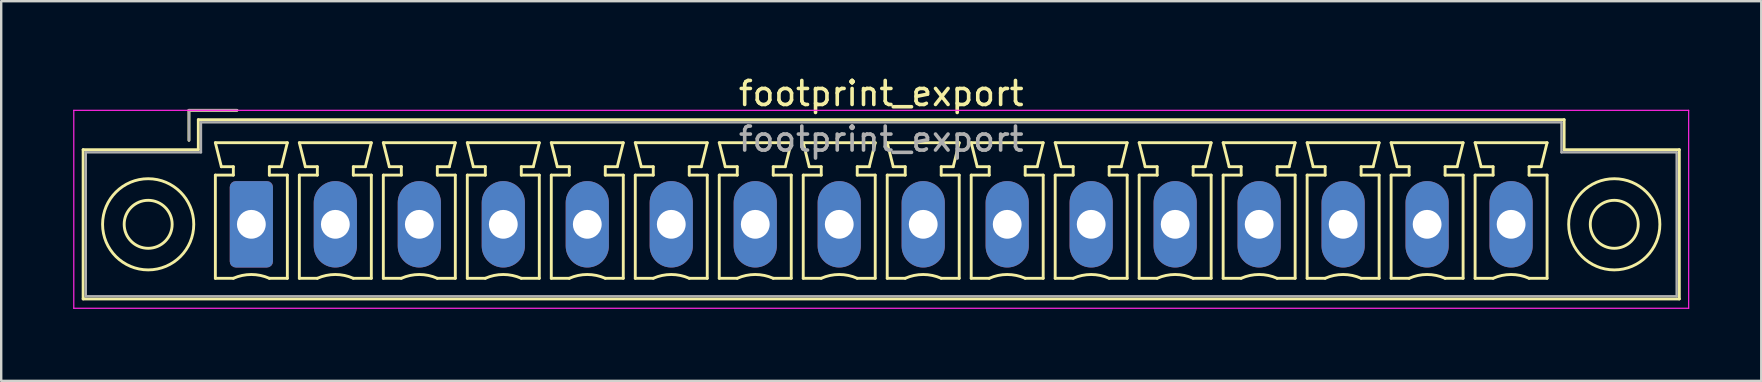
<source format=kicad_pcb>
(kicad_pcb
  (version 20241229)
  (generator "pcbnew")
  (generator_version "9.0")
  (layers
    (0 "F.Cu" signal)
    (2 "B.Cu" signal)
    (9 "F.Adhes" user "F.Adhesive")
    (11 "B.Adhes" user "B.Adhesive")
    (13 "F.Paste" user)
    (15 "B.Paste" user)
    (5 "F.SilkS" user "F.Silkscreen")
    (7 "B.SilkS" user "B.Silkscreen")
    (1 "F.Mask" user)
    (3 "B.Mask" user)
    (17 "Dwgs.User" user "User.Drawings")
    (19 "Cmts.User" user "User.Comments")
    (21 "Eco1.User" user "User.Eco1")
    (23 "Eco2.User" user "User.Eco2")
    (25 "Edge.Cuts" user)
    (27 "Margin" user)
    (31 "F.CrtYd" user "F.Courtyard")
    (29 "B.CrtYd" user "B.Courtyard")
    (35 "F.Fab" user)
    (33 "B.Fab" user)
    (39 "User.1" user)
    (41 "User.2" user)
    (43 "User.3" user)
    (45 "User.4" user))
  (footprint "footprint_export"
    (layer "F.Cu")
    (at 7.425 6.298)
    (property "Reference" "footprint_export" (at 26.25 -5.45 0) (layer "F.SilkS") (effects (font (size 1 1) (thickness 0.15))))
    (attr through_hole)
    (fp_line (start -7.01 -3.11) (end -7.01 3.11) (stroke (width 0.12) (type solid)) (layer "F.SilkS"))
    (fp_line (start -7.01 3.11) (end 59.51 3.11) (stroke (width 0.12) (type solid)) (layer "F.SilkS"))
    (fp_line (start -2.6 -4.75) (end -0.6 -4.75) (stroke (width 0.12) (type solid)) (layer "F.SilkS"))
    (fp_line (start -2.6 -3.5) (end -2.6 -4.75) (stroke (width 0.12) (type solid)) (layer "F.SilkS"))
    (fp_line (start -2.21 -4.36) (end -2.21 -3.11) (stroke (width 0.12) (type solid)) (layer "F.SilkS"))
    (fp_line (start -2.21 -3.11) (end -7.01 -3.11) (stroke (width 0.12) (type solid)) (layer "F.SilkS"))
    (fp_line (start -1.5 -3.4) (end 1.5 -3.4) (stroke (width 0.12) (type solid)) (layer "F.SilkS"))
    (fp_line (start -1.5 -2.05) (end -0.75 -2.05) (stroke (width 0.12) (type solid)) (layer "F.SilkS"))
    (fp_line (start -1.5 2.25) (end -1.5 -2.05) (stroke (width 0.12) (type solid)) (layer "F.SilkS"))
    (fp_line (start -1.25 -2.4) (end -1.5 -3.4) (stroke (width 0.12) (type solid)) (layer "F.SilkS"))
    (fp_line (start -0.75 -2.4) (end -1.25 -2.4) (stroke (width 0.12) (type solid)) (layer "F.SilkS"))
    (fp_line (start -0.75 -2.05) (end -0.75 -2.4) (stroke (width 0.12) (type solid)) (layer "F.SilkS"))
    (fp_line (start -0.75 2.25) (end -1.5 2.25) (stroke (width 0.12) (type solid)) (layer "F.SilkS"))
    (fp_line (start 0.75 -2.4) (end 0.75 -2.05) (stroke (width 0.12) (type solid)) (layer "F.SilkS"))
    (fp_line (start 0.75 -2.05) (end 1.5 -2.05) (stroke (width 0.12) (type solid)) (layer "F.SilkS"))
    (fp_line (start 1.25 -2.4) (end 0.75 -2.4) (stroke (width 0.12) (type solid)) (layer "F.SilkS"))
    (fp_line (start 1.5 -3.4) (end 1.25 -2.4) (stroke (width 0.12) (type solid)) (layer "F.SilkS"))
    (fp_line (start 1.5 -2.05) (end 1.5 2.25) (stroke (width 0.12) (type solid)) (layer "F.SilkS"))
    (fp_line (start 1.5 2.25) (end 0.75 2.25) (stroke (width 0.12) (type solid)) (layer "F.SilkS"))
    (fp_line (start 2 -3.4) (end 5 -3.4) (stroke (width 0.12) (type solid)) (layer "F.SilkS"))
    (fp_line (start 2 -2.05) (end 2.75 -2.05) (stroke (width 0.12) (type solid)) (layer "F.SilkS"))
    (fp_line (start 2 2.25) (end 2 -2.05) (stroke (width 0.12) (type solid)) (layer "F.SilkS"))
    (fp_line (start 2.25 -2.4) (end 2 -3.4) (stroke (width 0.12) (type solid)) (layer "F.SilkS"))
    (fp_line (start 2.75 -2.4) (end 2.25 -2.4) (stroke (width 0.12) (type solid)) (layer "F.SilkS"))
    (fp_line (start 2.75 -2.05) (end 2.75 -2.4) (stroke (width 0.12) (type solid)) (layer "F.SilkS"))
    (fp_line (start 2.75 2.25) (end 2 2.25) (stroke (width 0.12) (type solid)) (layer "F.SilkS"))
    (fp_line (start 4.25 -2.4) (end 4.25 -2.05) (stroke (width 0.12) (type solid)) (layer "F.SilkS"))
    (fp_line (start 4.25 -2.05) (end 5 -2.05) (stroke (width 0.12) (type solid)) (layer "F.SilkS"))
    (fp_line (start 4.75 -2.4) (end 4.25 -2.4) (stroke (width 0.12) (type solid)) (layer "F.SilkS"))
    (fp_line (start 5 -3.4) (end 4.75 -2.4) (stroke (width 0.12) (type solid)) (layer "F.SilkS"))
    (fp_line (start 5 -2.05) (end 5 2.25) (stroke (width 0.12) (type solid)) (layer "F.SilkS"))
    (fp_line (start 5 2.25) (end 4.25 2.25) (stroke (width 0.12) (type solid)) (layer "F.SilkS"))
    (fp_line (start 5.5 -3.4) (end 8.5 -3.4) (stroke (width 0.12) (type solid)) (layer "F.SilkS"))
    (fp_line (start 5.5 -2.05) (end 6.25 -2.05) (stroke (width 0.12) (type solid)) (layer "F.SilkS"))
    (fp_line (start 5.5 2.25) (end 5.5 -2.05) (stroke (width 0.12) (type solid)) (layer "F.SilkS"))
    (fp_line (start 5.75 -2.4) (end 5.5 -3.4) (stroke (width 0.12) (type solid)) (layer "F.SilkS"))
    (fp_line (start 6.25 -2.4) (end 5.75 -2.4) (stroke (width 0.12) (type solid)) (layer "F.SilkS"))
    (fp_line (start 6.25 -2.05) (end 6.25 -2.4) (stroke (width 0.12) (type solid)) (layer "F.SilkS"))
    (fp_line (start 6.25 2.25) (end 5.5 2.25) (stroke (width 0.12) (type solid)) (layer "F.SilkS"))
    (fp_line (start 7.75 -2.4) (end 7.75 -2.05) (stroke (width 0.12) (type solid)) (layer "F.SilkS"))
    (fp_line (start 7.75 -2.05) (end 8.5 -2.05) (stroke (width 0.12) (type solid)) (layer "F.SilkS"))
    (fp_line (start 8.25 -2.4) (end 7.75 -2.4) (stroke (width 0.12) (type solid)) (layer "F.SilkS"))
    (fp_line (start 8.5 -3.4) (end 8.25 -2.4) (stroke (width 0.12) (type solid)) (layer "F.SilkS"))
    (fp_line (start 8.5 -2.05) (end 8.5 2.25) (stroke (width 0.12) (type solid)) (layer "F.SilkS"))
    (fp_line (start 8.5 2.25) (end 7.75 2.25) (stroke (width 0.12) (type solid)) (layer "F.SilkS"))
    (fp_line (start 9 -3.4) (end 12 -3.4) (stroke (width 0.12) (type solid)) (layer "F.SilkS"))
    (fp_line (start 9 -2.05) (end 9.75 -2.05) (stroke (width 0.12) (type solid)) (layer "F.SilkS"))
    (fp_line (start 9 2.25) (end 9 -2.05) (stroke (width 0.12) (type solid)) (layer "F.SilkS"))
    (fp_line (start 9.25 -2.4) (end 9 -3.4) (stroke (width 0.12) (type solid)) (layer "F.SilkS"))
    (fp_line (start 9.75 -2.4) (end 9.25 -2.4) (stroke (width 0.12) (type solid)) (layer "F.SilkS"))
    (fp_line (start 9.75 -2.05) (end 9.75 -2.4) (stroke (width 0.12) (type solid)) (layer "F.SilkS"))
    (fp_line (start 9.75 2.25) (end 9 2.25) (stroke (width 0.12) (type solid)) (layer "F.SilkS"))
    (fp_line (start 11.25 -2.4) (end 11.25 -2.05) (stroke (width 0.12) (type solid)) (layer "F.SilkS"))
    (fp_line (start 11.25 -2.05) (end 12 -2.05) (stroke (width 0.12) (type solid)) (layer "F.SilkS"))
    (fp_line (start 11.75 -2.4) (end 11.25 -2.4) (stroke (width 0.12) (type solid)) (layer "F.SilkS"))
    (fp_line (start 12 -3.4) (end 11.75 -2.4) (stroke (width 0.12) (type solid)) (layer "F.SilkS"))
    (fp_line (start 12 -2.05) (end 12 2.25) (stroke (width 0.12) (type solid)) (layer "F.SilkS"))
    (fp_line (start 12 2.25) (end 11.25 2.25) (stroke (width 0.12) (type solid)) (layer "F.SilkS"))
    (fp_line (start 12.5 -3.4) (end 15.5 -3.4) (stroke (width 0.12) (type solid)) (layer "F.SilkS"))
    (fp_line (start 12.5 -2.05) (end 13.25 -2.05) (stroke (width 0.12) (type solid)) (layer "F.SilkS"))
    (fp_line (start 12.5 2.25) (end 12.5 -2.05) (stroke (width 0.12) (type solid)) (layer "F.SilkS"))
    (fp_line (start 12.75 -2.4) (end 12.5 -3.4) (stroke (width 0.12) (type solid)) (layer "F.SilkS"))
    (fp_line (start 13.25 -2.4) (end 12.75 -2.4) (stroke (width 0.12) (type solid)) (layer "F.SilkS"))
    (fp_line (start 13.25 -2.05) (end 13.25 -2.4) (stroke (width 0.12) (type solid)) (layer "F.SilkS"))
    (fp_line (start 13.25 2.25) (end 12.5 2.25) (stroke (width 0.12) (type solid)) (layer "F.SilkS"))
    (fp_line (start 14.75 -2.4) (end 14.75 -2.05) (stroke (width 0.12) (type solid)) (layer "F.SilkS"))
    (fp_line (start 14.75 -2.05) (end 15.5 -2.05) (stroke (width 0.12) (type solid)) (layer "F.SilkS"))
    (fp_line (start 15.25 -2.4) (end 14.75 -2.4) (stroke (width 0.12) (type solid)) (layer "F.SilkS"))
    (fp_line (start 15.5 -3.4) (end 15.25 -2.4) (stroke (width 0.12) (type solid)) (layer "F.SilkS"))
    (fp_line (start 15.5 -2.05) (end 15.5 2.25) (stroke (width 0.12) (type solid)) (layer "F.SilkS"))
    (fp_line (start 15.5 2.25) (end 14.75 2.25) (stroke (width 0.12) (type solid)) (layer "F.SilkS"))
    (fp_line (start 16 -3.4) (end 19 -3.4) (stroke (width 0.12) (type solid)) (layer "F.SilkS"))
    (fp_line (start 16 -2.05) (end 16.75 -2.05) (stroke (width 0.12) (type solid)) (layer "F.SilkS"))
    (fp_line (start 16 2.25) (end 16 -2.05) (stroke (width 0.12) (type solid)) (layer "F.SilkS"))
    (fp_line (start 16.25 -2.4) (end 16 -3.4) (stroke (width 0.12) (type solid)) (layer "F.SilkS"))
    (fp_line (start 16.75 -2.4) (end 16.25 -2.4) (stroke (width 0.12) (type solid)) (layer "F.SilkS"))
    (fp_line (start 16.75 -2.05) (end 16.75 -2.4) (stroke (width 0.12) (type solid)) (layer "F.SilkS"))
    (fp_line (start 16.75 2.25) (end 16 2.25) (stroke (width 0.12) (type solid)) (layer "F.SilkS"))
    (fp_line (start 18.25 -2.4) (end 18.25 -2.05) (stroke (width 0.12) (type solid)) (layer "F.SilkS"))
    (fp_line (start 18.25 -2.05) (end 19 -2.05) (stroke (width 0.12) (type solid)) (layer "F.SilkS"))
    (fp_line (start 18.75 -2.4) (end 18.25 -2.4) (stroke (width 0.12) (type solid)) (layer "F.SilkS"))
    (fp_line (start 19 -3.4) (end 18.75 -2.4) (stroke (width 0.12) (type solid)) (layer "F.SilkS"))
    (fp_line (start 19 -2.05) (end 19 2.25) (stroke (width 0.12) (type solid)) (layer "F.SilkS"))
    (fp_line (start 19 2.25) (end 18.25 2.25) (stroke (width 0.12) (type solid)) (layer "F.SilkS"))
    (fp_line (start 19.5 -3.4) (end 22.5 -3.4) (stroke (width 0.12) (type solid)) (layer "F.SilkS"))
    (fp_line (start 19.5 -2.05) (end 20.25 -2.05) (stroke (width 0.12) (type solid)) (layer "F.SilkS"))
    (fp_line (start 19.5 2.25) (end 19.5 -2.05) (stroke (width 0.12) (type solid)) (layer "F.SilkS"))
    (fp_line (start 19.75 -2.4) (end 19.5 -3.4) (stroke (width 0.12) (type solid)) (layer "F.SilkS"))
    (fp_line (start 20.25 -2.4) (end 19.75 -2.4) (stroke (width 0.12) (type solid)) (layer "F.SilkS"))
    (fp_line (start 20.25 -2.05) (end 20.25 -2.4) (stroke (width 0.12) (type solid)) (layer "F.SilkS"))
    (fp_line (start 20.25 2.25) (end 19.5 2.25) (stroke (width 0.12) (type solid)) (layer "F.SilkS"))
    (fp_line (start 21.75 -2.4) (end 21.75 -2.05) (stroke (width 0.12) (type solid)) (layer "F.SilkS"))
    (fp_line (start 21.75 -2.05) (end 22.5 -2.05) (stroke (width 0.12) (type solid)) (layer "F.SilkS"))
    (fp_line (start 22.25 -2.4) (end 21.75 -2.4) (stroke (width 0.12) (type solid)) (layer "F.SilkS"))
    (fp_line (start 22.5 -3.4) (end 22.25 -2.4) (stroke (width 0.12) (type solid)) (layer "F.SilkS"))
    (fp_line (start 22.5 -2.05) (end 22.5 2.25) (stroke (width 0.12) (type solid)) (layer "F.SilkS"))
    (fp_line (start 22.5 2.25) (end 21.75 2.25) (stroke (width 0.12) (type solid)) (layer "F.SilkS"))
    (fp_line (start 23 -3.4) (end 26 -3.4) (stroke (width 0.12) (type solid)) (layer "F.SilkS"))
    (fp_line (start 23 -2.05) (end 23.75 -2.05) (stroke (width 0.12) (type solid)) (layer "F.SilkS"))
    (fp_line (start 23 2.25) (end 23 -2.05) (stroke (width 0.12) (type solid)) (layer "F.SilkS"))
    (fp_line (start 23.25 -2.4) (end 23 -3.4) (stroke (width 0.12) (type solid)) (layer "F.SilkS"))
    (fp_line (start 23.75 -2.4) (end 23.25 -2.4) (stroke (width 0.12) (type solid)) (layer "F.SilkS"))
    (fp_line (start 23.75 -2.05) (end 23.75 -2.4) (stroke (width 0.12) (type solid)) (layer "F.SilkS"))
    (fp_line (start 23.75 2.25) (end 23 2.25) (stroke (width 0.12) (type solid)) (layer "F.SilkS"))
    (fp_line (start 25.25 -2.4) (end 25.25 -2.05) (stroke (width 0.12) (type solid)) (layer "F.SilkS"))
    (fp_line (start 25.25 -2.05) (end 26 -2.05) (stroke (width 0.12) (type solid)) (layer "F.SilkS"))
    (fp_line (start 25.75 -2.4) (end 25.25 -2.4) (stroke (width 0.12) (type solid)) (layer "F.SilkS"))
    (fp_line (start 26 -3.4) (end 25.75 -2.4) (stroke (width 0.12) (type solid)) (layer "F.SilkS"))
    (fp_line (start 26 -2.05) (end 26 2.25) (stroke (width 0.12) (type solid)) (layer "F.SilkS"))
    (fp_line (start 26 2.25) (end 25.25 2.25) (stroke (width 0.12) (type solid)) (layer "F.SilkS"))
    (fp_line (start 26.5 -3.4) (end 29.5 -3.4) (stroke (width 0.12) (type solid)) (layer "F.SilkS"))
    (fp_line (start 26.5 -2.05) (end 27.25 -2.05) (stroke (width 0.12) (type solid)) (layer "F.SilkS"))
    (fp_line (start 26.5 2.25) (end 26.5 -2.05) (stroke (width 0.12) (type solid)) (layer "F.SilkS"))
    (fp_line (start 26.75 -2.4) (end 26.5 -3.4) (stroke (width 0.12) (type solid)) (layer "F.SilkS"))
    (fp_line (start 27.25 -2.4) (end 26.75 -2.4) (stroke (width 0.12) (type solid)) (layer "F.SilkS"))
    (fp_line (start 27.25 -2.05) (end 27.25 -2.4) (stroke (width 0.12) (type solid)) (layer "F.SilkS"))
    (fp_line (start 27.25 2.25) (end 26.5 2.25) (stroke (width 0.12) (type solid)) (layer "F.SilkS"))
    (fp_line (start 28.75 -2.4) (end 28.75 -2.05) (stroke (width 0.12) (type solid)) (layer "F.SilkS"))
    (fp_line (start 28.75 -2.05) (end 29.5 -2.05) (stroke (width 0.12) (type solid)) (layer "F.SilkS"))
    (fp_line (start 29.25 -2.4) (end 28.75 -2.4) (stroke (width 0.12) (type solid)) (layer "F.SilkS"))
    (fp_line (start 29.5 -3.4) (end 29.25 -2.4) (stroke (width 0.12) (type solid)) (layer "F.SilkS"))
    (fp_line (start 29.5 -2.05) (end 29.5 2.25) (stroke (width 0.12) (type solid)) (layer "F.SilkS"))
    (fp_line (start 29.5 2.25) (end 28.75 2.25) (stroke (width 0.12) (type solid)) (layer "F.SilkS"))
    (fp_line (start 30 -3.4) (end 33 -3.4) (stroke (width 0.12) (type solid)) (layer "F.SilkS"))
    (fp_line (start 30 -2.05) (end 30.75 -2.05) (stroke (width 0.12) (type solid)) (layer "F.SilkS"))
    (fp_line (start 30 2.25) (end 30 -2.05) (stroke (width 0.12) (type solid)) (layer "F.SilkS"))
    (fp_line (start 30.25 -2.4) (end 30 -3.4) (stroke (width 0.12) (type solid)) (layer "F.SilkS"))
    (fp_line (start 30.75 -2.4) (end 30.25 -2.4) (stroke (width 0.12) (type solid)) (layer "F.SilkS"))
    (fp_line (start 30.75 -2.05) (end 30.75 -2.4) (stroke (width 0.12) (type solid)) (layer "F.SilkS"))
    (fp_line (start 30.75 2.25) (end 30 2.25) (stroke (width 0.12) (type solid)) (layer "F.SilkS"))
    (fp_line (start 32.25 -2.4) (end 32.25 -2.05) (stroke (width 0.12) (type solid)) (layer "F.SilkS"))
    (fp_line (start 32.25 -2.05) (end 33 -2.05) (stroke (width 0.12) (type solid)) (layer "F.SilkS"))
    (fp_line (start 32.75 -2.4) (end 32.25 -2.4) (stroke (width 0.12) (type solid)) (layer "F.SilkS"))
    (fp_line (start 33 -3.4) (end 32.75 -2.4) (stroke (width 0.12) (type solid)) (layer "F.SilkS"))
    (fp_line (start 33 -2.05) (end 33 2.25) (stroke (width 0.12) (type solid)) (layer "F.SilkS"))
    (fp_line (start 33 2.25) (end 32.25 2.25) (stroke (width 0.12) (type solid)) (layer "F.SilkS"))
    (fp_line (start 33.5 -3.4) (end 36.5 -3.4) (stroke (width 0.12) (type solid)) (layer "F.SilkS"))
    (fp_line (start 33.5 -2.05) (end 34.25 -2.05) (stroke (width 0.12) (type solid)) (layer "F.SilkS"))
    (fp_line (start 33.5 2.25) (end 33.5 -2.05) (stroke (width 0.12) (type solid)) (layer "F.SilkS"))
    (fp_line (start 33.75 -2.4) (end 33.5 -3.4) (stroke (width 0.12) (type solid)) (layer "F.SilkS"))
    (fp_line (start 34.25 -2.4) (end 33.75 -2.4) (stroke (width 0.12) (type solid)) (layer "F.SilkS"))
    (fp_line (start 34.25 -2.05) (end 34.25 -2.4) (stroke (width 0.12) (type solid)) (layer "F.SilkS"))
    (fp_line (start 34.25 2.25) (end 33.5 2.25) (stroke (width 0.12) (type solid)) (layer "F.SilkS"))
    (fp_line (start 35.75 -2.4) (end 35.75 -2.05) (stroke (width 0.12) (type solid)) (layer "F.SilkS"))
    (fp_line (start 35.75 -2.05) (end 36.5 -2.05) (stroke (width 0.12) (type solid)) (layer "F.SilkS"))
    (fp_line (start 36.25 -2.4) (end 35.75 -2.4) (stroke (width 0.12) (type solid)) (layer "F.SilkS"))
    (fp_line (start 36.5 -3.4) (end 36.25 -2.4) (stroke (width 0.12) (type solid)) (layer "F.SilkS"))
    (fp_line (start 36.5 -2.05) (end 36.5 2.25) (stroke (width 0.12) (type solid)) (layer "F.SilkS"))
    (fp_line (start 36.5 2.25) (end 35.75 2.25) (stroke (width 0.12) (type solid)) (layer "F.SilkS"))
    (fp_line (start 37 -3.4) (end 40 -3.4) (stroke (width 0.12) (type solid)) (layer "F.SilkS"))
    (fp_line (start 37 -2.05) (end 37.75 -2.05) (stroke (width 0.12) (type solid)) (layer "F.SilkS"))
    (fp_line (start 37 2.25) (end 37 -2.05) (stroke (width 0.12) (type solid)) (layer "F.SilkS"))
    (fp_line (start 37.25 -2.4) (end 37 -3.4) (stroke (width 0.12) (type solid)) (layer "F.SilkS"))
    (fp_line (start 37.75 -2.4) (end 37.25 -2.4) (stroke (width 0.12) (type solid)) (layer "F.SilkS"))
    (fp_line (start 37.75 -2.05) (end 37.75 -2.4) (stroke (width 0.12) (type solid)) (layer "F.SilkS"))
    (fp_line (start 37.75 2.25) (end 37 2.25) (stroke (width 0.12) (type solid)) (layer "F.SilkS"))
    (fp_line (start 39.25 -2.4) (end 39.25 -2.05) (stroke (width 0.12) (type solid)) (layer "F.SilkS"))
    (fp_line (start 39.25 -2.05) (end 40 -2.05) (stroke (width 0.12) (type solid)) (layer "F.SilkS"))
    (fp_line (start 39.75 -2.4) (end 39.25 -2.4) (stroke (width 0.12) (type solid)) (layer "F.SilkS"))
    (fp_line (start 40 -3.4) (end 39.75 -2.4) (stroke (width 0.12) (type solid)) (layer "F.SilkS"))
    (fp_line (start 40 -2.05) (end 40 2.25) (stroke (width 0.12) (type solid)) (layer "F.SilkS"))
    (fp_line (start 40 2.25) (end 39.25 2.25) (stroke (width 0.12) (type solid)) (layer "F.SilkS"))
    (fp_line (start 40.5 -3.4) (end 43.5 -3.4) (stroke (width 0.12) (type solid)) (layer "F.SilkS"))
    (fp_line (start 40.5 -2.05) (end 41.25 -2.05) (stroke (width 0.12) (type solid)) (layer "F.SilkS"))
    (fp_line (start 40.5 2.25) (end 40.5 -2.05) (stroke (width 0.12) (type solid)) (layer "F.SilkS"))
    (fp_line (start 40.75 -2.4) (end 40.5 -3.4) (stroke (width 0.12) (type solid)) (layer "F.SilkS"))
    (fp_line (start 41.25 -2.4) (end 40.75 -2.4) (stroke (width 0.12) (type solid)) (layer "F.SilkS"))
    (fp_line (start 41.25 -2.05) (end 41.25 -2.4) (stroke (width 0.12) (type solid)) (layer "F.SilkS"))
    (fp_line (start 41.25 2.25) (end 40.5 2.25) (stroke (width 0.12) (type solid)) (layer "F.SilkS"))
    (fp_line (start 42.75 -2.4) (end 42.75 -2.05) (stroke (width 0.12) (type solid)) (layer "F.SilkS"))
    (fp_line (start 42.75 -2.05) (end 43.5 -2.05) (stroke (width 0.12) (type solid)) (layer "F.SilkS"))
    (fp_line (start 43.25 -2.4) (end 42.75 -2.4) (stroke (width 0.12) (type solid)) (layer "F.SilkS"))
    (fp_line (start 43.5 -3.4) (end 43.25 -2.4) (stroke (width 0.12) (type solid)) (layer "F.SilkS"))
    (fp_line (start 43.5 -2.05) (end 43.5 2.25) (stroke (width 0.12) (type solid)) (layer "F.SilkS"))
    (fp_line (start 43.5 2.25) (end 42.75 2.25) (stroke (width 0.12) (type solid)) (layer "F.SilkS"))
    (fp_line (start 44 -3.4) (end 47 -3.4) (stroke (width 0.12) (type solid)) (layer "F.SilkS"))
    (fp_line (start 44 -2.05) (end 44.75 -2.05) (stroke (width 0.12) (type solid)) (layer "F.SilkS"))
    (fp_line (start 44 2.25) (end 44 -2.05) (stroke (width 0.12) (type solid)) (layer "F.SilkS"))
    (fp_line (start 44.25 -2.4) (end 44 -3.4) (stroke (width 0.12) (type solid)) (layer "F.SilkS"))
    (fp_line (start 44.75 -2.4) (end 44.25 -2.4) (stroke (width 0.12) (type solid)) (layer "F.SilkS"))
    (fp_line (start 44.75 -2.05) (end 44.75 -2.4) (stroke (width 0.12) (type solid)) (layer "F.SilkS"))
    (fp_line (start 44.75 2.25) (end 44 2.25) (stroke (width 0.12) (type solid)) (layer "F.SilkS"))
    (fp_line (start 46.25 -2.4) (end 46.25 -2.05) (stroke (width 0.12) (type solid)) (layer "F.SilkS"))
    (fp_line (start 46.25 -2.05) (end 47 -2.05) (stroke (width 0.12) (type solid)) (layer "F.SilkS"))
    (fp_line (start 46.75 -2.4) (end 46.25 -2.4) (stroke (width 0.12) (type solid)) (layer "F.SilkS"))
    (fp_line (start 47 -3.4) (end 46.75 -2.4) (stroke (width 0.12) (type solid)) (layer "F.SilkS"))
    (fp_line (start 47 -2.05) (end 47 2.25) (stroke (width 0.12) (type solid)) (layer "F.SilkS"))
    (fp_line (start 47 2.25) (end 46.25 2.25) (stroke (width 0.12) (type solid)) (layer "F.SilkS"))
    (fp_line (start 47.5 -3.4) (end 50.5 -3.4) (stroke (width 0.12) (type solid)) (layer "F.SilkS"))
    (fp_line (start 47.5 -2.05) (end 48.25 -2.05) (stroke (width 0.12) (type solid)) (layer "F.SilkS"))
    (fp_line (start 47.5 2.25) (end 47.5 -2.05) (stroke (width 0.12) (type solid)) (layer "F.SilkS"))
    (fp_line (start 47.75 -2.4) (end 47.5 -3.4) (stroke (width 0.12) (type solid)) (layer "F.SilkS"))
    (fp_line (start 48.25 -2.4) (end 47.75 -2.4) (stroke (width 0.12) (type solid)) (layer "F.SilkS"))
    (fp_line (start 48.25 -2.05) (end 48.25 -2.4) (stroke (width 0.12) (type solid)) (layer "F.SilkS"))
    (fp_line (start 48.25 2.25) (end 47.5 2.25) (stroke (width 0.12) (type solid)) (layer "F.SilkS"))
    (fp_line (start 49.75 -2.4) (end 49.75 -2.05) (stroke (width 0.12) (type solid)) (layer "F.SilkS"))
    (fp_line (start 49.75 -2.05) (end 50.5 -2.05) (stroke (width 0.12) (type solid)) (layer "F.SilkS"))
    (fp_line (start 50.25 -2.4) (end 49.75 -2.4) (stroke (width 0.12) (type solid)) (layer "F.SilkS"))
    (fp_line (start 50.5 -3.4) (end 50.25 -2.4) (stroke (width 0.12) (type solid)) (layer "F.SilkS"))
    (fp_line (start 50.5 -2.05) (end 50.5 2.25) (stroke (width 0.12) (type solid)) (layer "F.SilkS"))
    (fp_line (start 50.5 2.25) (end 49.75 2.25) (stroke (width 0.12) (type solid)) (layer "F.SilkS"))
    (fp_line (start 51 -3.4) (end 54 -3.4) (stroke (width 0.12) (type solid)) (layer "F.SilkS"))
    (fp_line (start 51 -2.05) (end 51.75 -2.05) (stroke (width 0.12) (type solid)) (layer "F.SilkS"))
    (fp_line (start 51 2.25) (end 51 -2.05) (stroke (width 0.12) (type solid)) (layer "F.SilkS"))
    (fp_line (start 51.25 -2.4) (end 51 -3.4) (stroke (width 0.12) (type solid)) (layer "F.SilkS"))
    (fp_line (start 51.75 -2.4) (end 51.25 -2.4) (stroke (width 0.12) (type solid)) (layer "F.SilkS"))
    (fp_line (start 51.75 -2.05) (end 51.75 -2.4) (stroke (width 0.12) (type solid)) (layer "F.SilkS"))
    (fp_line (start 51.75 2.25) (end 51 2.25) (stroke (width 0.12) (type solid)) (layer "F.SilkS"))
    (fp_line (start 53.25 -2.4) (end 53.25 -2.05) (stroke (width 0.12) (type solid)) (layer "F.SilkS"))
    (fp_line (start 53.25 -2.05) (end 54 -2.05) (stroke (width 0.12) (type solid)) (layer "F.SilkS"))
    (fp_line (start 53.75 -2.4) (end 53.25 -2.4) (stroke (width 0.12) (type solid)) (layer "F.SilkS"))
    (fp_line (start 54 -3.4) (end 53.75 -2.4) (stroke (width 0.12) (type solid)) (layer "F.SilkS"))
    (fp_line (start 54 -2.05) (end 54 2.25) (stroke (width 0.12) (type solid)) (layer "F.SilkS"))
    (fp_line (start 54 2.25) (end 53.25 2.25) (stroke (width 0.12) (type solid)) (layer "F.SilkS"))
    (fp_line (start 54.71 -4.36) (end -2.21 -4.36) (stroke (width 0.12) (type solid)) (layer "F.SilkS"))
    (fp_line (start 54.71 -3.11) (end 54.71 -4.36) (stroke (width 0.12) (type solid)) (layer "F.SilkS"))
    (fp_line (start 59.51 -3.11) (end 54.71 -3.11) (stroke (width 0.12) (type solid)) (layer "F.SilkS"))
    (fp_line (start 59.51 3.11) (end 59.51 -3.11) (stroke (width 0.12) (type solid)) (layer "F.SilkS"))
    (fp_arc (start -0.75 2.25) (mid -0.000193 2.09191) (end 0.749647 2.249844) (stroke (width 0.12) (type solid)) (layer "F.SilkS"))
    (fp_arc (start 2.75 2.25) (mid 3.499807 2.09191) (end 4.249647 2.249844) (stroke (width 0.12) (type solid)) (layer "F.SilkS"))
    (fp_arc (start 6.25 2.25) (mid 6.999807 2.09191) (end 7.749647 2.249844) (stroke (width 0.12) (type solid)) (layer "F.SilkS"))
    (fp_arc (start 9.75 2.25) (mid 10.499807 2.09191) (end 11.249647 2.249844) (stroke (width 0.12) (type solid)) (layer "F.SilkS"))
    (fp_arc (start 13.25 2.25) (mid 13.999807 2.09191) (end 14.749647 2.249844) (stroke (width 0.12) (type solid)) (layer "F.SilkS"))
    (fp_arc (start 16.75 2.25) (mid 17.499807 2.09191) (end 18.249647 2.249844) (stroke (width 0.12) (type solid)) (layer "F.SilkS"))
    (fp_arc (start 20.25 2.25) (mid 20.999807 2.09191) (end 21.749647 2.249844) (stroke (width 0.12) (type solid)) (layer "F.SilkS"))
    (fp_arc (start 23.75 2.25) (mid 24.499807 2.09191) (end 25.249647 2.249844) (stroke (width 0.12) (type solid)) (layer "F.SilkS"))
    (fp_arc (start 27.25 2.25) (mid 27.999807 2.09191) (end 28.749647 2.249844) (stroke (width 0.12) (type solid)) (layer "F.SilkS"))
    (fp_arc (start 30.75 2.25) (mid 31.499807 2.09191) (end 32.249647 2.249844) (stroke (width 0.12) (type solid)) (layer "F.SilkS"))
    (fp_arc (start 34.25 2.25) (mid 34.999807 2.09191) (end 35.749647 2.249844) (stroke (width 0.12) (type solid)) (layer "F.SilkS"))
    (fp_arc (start 37.75 2.25) (mid 38.499807 2.09191) (end 39.249647 2.249844) (stroke (width 0.12) (type solid)) (layer "F.SilkS"))
    (fp_arc (start 41.25 2.25) (mid 41.999807 2.09191) (end 42.749647 2.249844) (stroke (width 0.12) (type solid)) (layer "F.SilkS"))
    (fp_arc (start 44.75 2.25) (mid 45.499807 2.09191) (end 46.249647 2.249844) (stroke (width 0.12) (type solid)) (layer "F.SilkS"))
    (fp_arc (start 48.25 2.25) (mid 48.999807 2.09191) (end 49.749647 2.249844) (stroke (width 0.12) (type solid)) (layer "F.SilkS"))
    (fp_arc (start 51.75 2.25) (mid 52.499807 2.09191) (end 53.249647 2.249844) (stroke (width 0.12) (type solid)) (layer "F.SilkS"))
    (fp_circle (center -4.3 0) (end -3.3 0) (stroke (width 0.12) (type solid)) (fill no) (layer "F.SilkS"))
    (fp_circle (center -4.3 0) (end -2.4 0) (stroke (width 0.12) (type solid)) (fill no) (layer "F.SilkS"))
    (fp_circle (center 56.8 0) (end 57.8 0) (stroke (width 0.12) (type solid)) (fill no) (layer "F.SilkS"))
    (fp_circle (center 56.8 0) (end 58.7 0) (stroke (width 0.12) (type solid)) (fill no) (layer "F.SilkS"))
    (fp_line (start -7.4 -4.75) (end -7.4 3.5) (stroke (width 0.05) (type solid)) (layer "F.CrtYd"))
    (fp_line (start -7.4 3.5) (end 59.9 3.5) (stroke (width 0.05) (type solid)) (layer "F.CrtYd"))
    (fp_line (start 59.9 -4.75) (end -7.4 -4.75) (stroke (width 0.05) (type solid)) (layer "F.CrtYd"))
    (fp_line (start 59.9 3.5) (end 59.9 -4.75) (stroke (width 0.05) (type solid)) (layer "F.CrtYd"))
    (fp_line (start -6.9 -3) (end -6.9 3) (stroke (width 0.1) (type solid)) (layer "F.Fab"))
    (fp_line (start -6.9 3) (end 59.4 3) (stroke (width 0.1) (type solid)) (layer "F.Fab"))
    (fp_line (start -2.6 -4.75) (end -0.6 -4.75) (stroke (width 0.1) (type solid)) (layer "F.Fab"))
    (fp_line (start -2.6 -3.5) (end -2.6 -4.75) (stroke (width 0.1) (type solid)) (layer "F.Fab"))
    (fp_line (start -2.1 -4.25) (end -2.1 -3) (stroke (width 0.1) (type solid)) (layer "F.Fab"))
    (fp_line (start -2.1 -3) (end -6.9 -3) (stroke (width 0.1) (type solid)) (layer "F.Fab"))
    (fp_line (start 54.6 -4.25) (end -2.1 -4.25) (stroke (width 0.1) (type solid)) (layer "F.Fab"))
    (fp_line (start 54.6 -3) (end 54.6 -4.25) (stroke (width 0.1) (type solid)) (layer "F.Fab"))
    (fp_line (start 59.4 -3) (end 54.6 -3) (stroke (width 0.1) (type solid)) (layer "F.Fab"))
    (fp_line (start 59.4 3) (end 59.4 -3) (stroke (width 0.1) (type solid)) (layer "F.Fab"))
    (fp_text user "${REFERENCE}" (at 26.25 -3.55 0) (layer "F.Fab") (effects (font (size 1 1) (thickness 0.15))))
    (pad "1" thru_hole roundrect (at 0 0) (size 1.8 3.6) (drill 1.2) (layers "*.Cu" "*.Mask") (roundrect_rratio 0.139))
    (pad "2" thru_hole oval (at 3.5 0) (size 1.8 3.6) (drill 1.2) (layers "*.Cu" "*.Mask"))
    (pad "3" thru_hole oval (at 7 0) (size 1.8 3.6) (drill 1.2) (layers "*.Cu" "*.Mask"))
    (pad "4" thru_hole oval (at 10.5 0) (size 1.8 3.6) (drill 1.2) (layers "*.Cu" "*.Mask"))
    (pad "5" thru_hole oval (at 14 0) (size 1.8 3.6) (drill 1.2) (layers "*.Cu" "*.Mask"))
    (pad "6" thru_hole oval (at 17.5 0) (size 1.8 3.6) (drill 1.2) (layers "*.Cu" "*.Mask"))
    (pad "7" thru_hole oval (at 21 0) (size 1.8 3.6) (drill 1.2) (layers "*.Cu" "*.Mask"))
    (pad "8" thru_hole oval (at 24.5 0) (size 1.8 3.6) (drill 1.2) (layers "*.Cu" "*.Mask"))
    (pad "9" thru_hole oval (at 28 0) (size 1.8 3.6) (drill 1.2) (layers "*.Cu" "*.Mask"))
    (pad "10" thru_hole oval (at 31.5 0) (size 1.8 3.6) (drill 1.2) (layers "*.Cu" "*.Mask"))
    (pad "11" thru_hole oval (at 35 0) (size 1.8 3.6) (drill 1.2) (layers "*.Cu" "*.Mask"))
    (pad "12" thru_hole oval (at 38.5 0) (size 1.8 3.6) (drill 1.2) (layers "*.Cu" "*.Mask"))
    (pad "13" thru_hole oval (at 42 0) (size 1.8 3.6) (drill 1.2) (layers "*.Cu" "*.Mask"))
    (pad "14" thru_hole oval (at 45.5 0) (size 1.8 3.6) (drill 1.2) (layers "*.Cu" "*.Mask"))
    (pad "15" thru_hole oval (at 49 0) (size 1.8 3.6) (drill 1.2) (layers "*.Cu" "*.Mask"))
    (pad "16" thru_hole oval (at 52.5 0) (size 1.8 3.6) (drill 1.2) (layers "*.Cu" "*.Mask")))
  (gr_rect
    (start -3 -3)
    (end 70.35 12.823)
    (stroke (width 0.1) (type default))
    (fill no)
    (layer "Edge.Cuts")))
</source>
